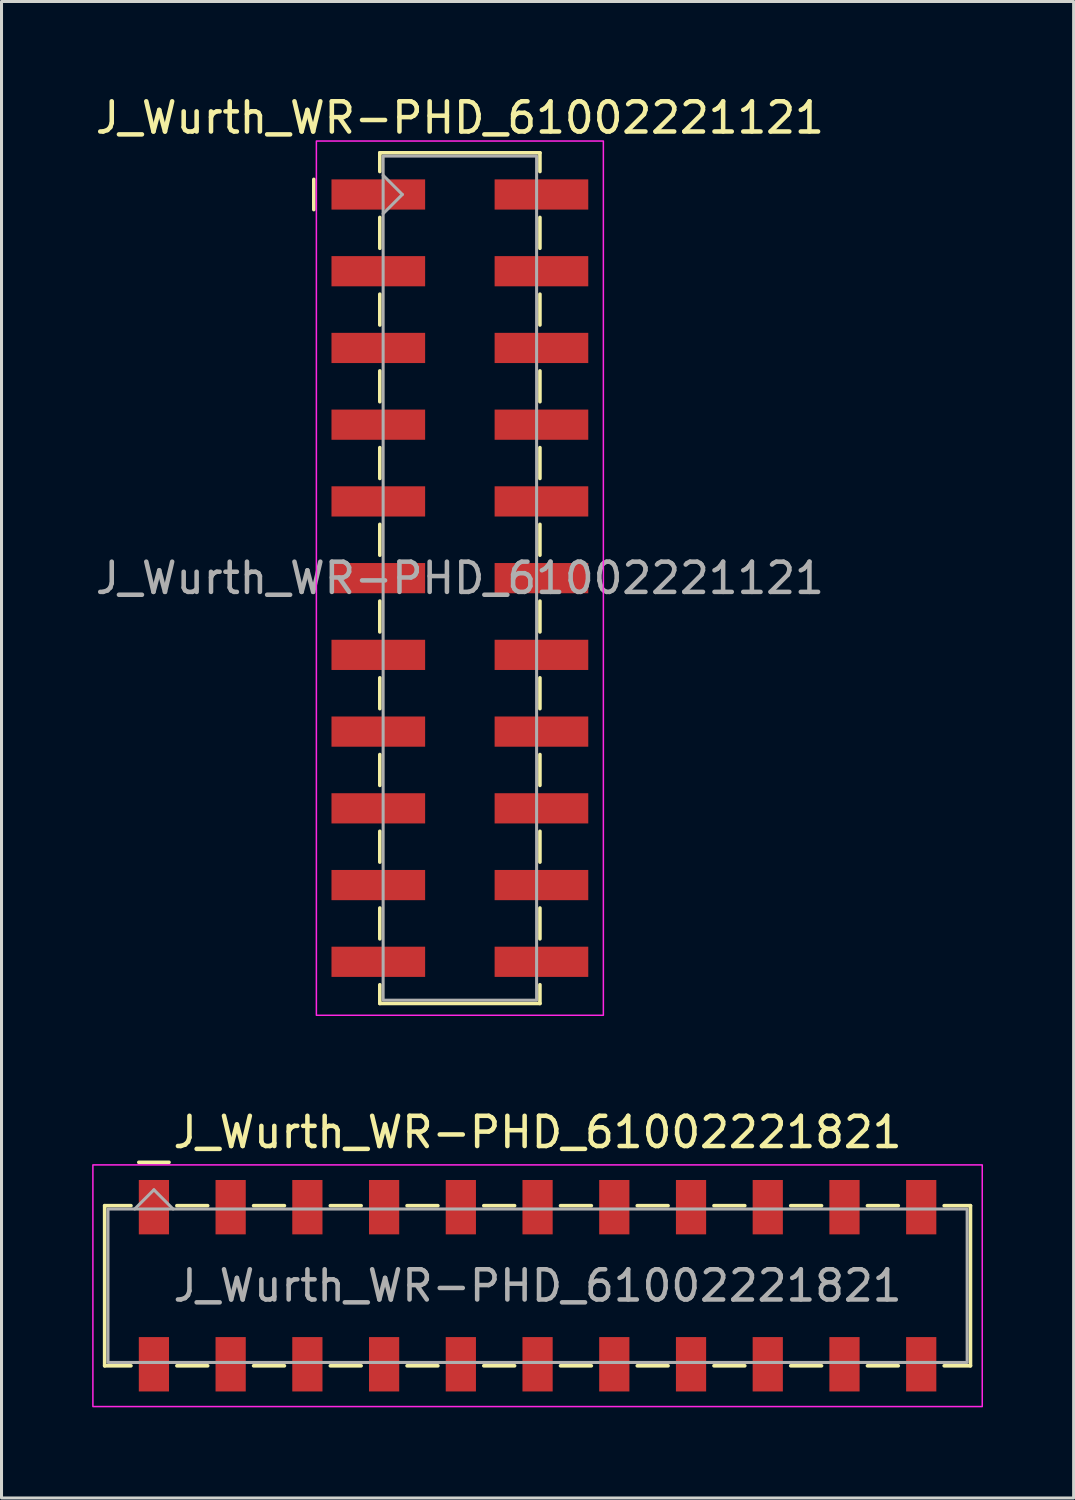
<source format=kicad_pcb>
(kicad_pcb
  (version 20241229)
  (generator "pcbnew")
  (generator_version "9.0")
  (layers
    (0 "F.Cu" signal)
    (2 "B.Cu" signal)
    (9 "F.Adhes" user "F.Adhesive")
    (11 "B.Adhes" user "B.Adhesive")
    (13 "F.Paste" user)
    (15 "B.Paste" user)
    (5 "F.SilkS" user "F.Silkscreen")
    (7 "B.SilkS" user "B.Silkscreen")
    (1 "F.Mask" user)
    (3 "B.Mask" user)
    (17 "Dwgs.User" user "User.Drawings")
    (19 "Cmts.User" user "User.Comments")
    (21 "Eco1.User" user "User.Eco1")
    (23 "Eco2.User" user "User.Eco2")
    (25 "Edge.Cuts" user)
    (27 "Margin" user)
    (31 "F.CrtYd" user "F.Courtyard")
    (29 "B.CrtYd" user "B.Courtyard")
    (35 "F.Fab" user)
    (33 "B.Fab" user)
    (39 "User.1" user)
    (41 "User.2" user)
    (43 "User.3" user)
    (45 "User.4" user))
  (footprint "J_Wurth_WR-PHD_61002221821"
    (layer "F.Cu")
    (at 14.745 39.511)
    (property "Reference" "J_Wurth_WR-PHD_61002221821" (at 0 -5.08 0) (unlocked yes) (layer "F.SilkS") (effects (font (size 1 1) (thickness 0.15))))
    (attr smd)
    (fp_line (start -14.33 -2.65) (end -14.33 2.65) (stroke (width 0.12) (type solid)) (layer "F.SilkS"))
    (fp_line (start -14.33 -2.65) (end -13.46 -2.65) (stroke (width 0.12) (type solid)) (layer "F.SilkS"))
    (fp_line (start -14.33 2.65) (end -13.46 2.65) (stroke (width 0.12) (type solid)) (layer "F.SilkS"))
    (fp_line (start -13.2 -4.085) (end -12.2 -4.085) (stroke (width 0.12) (type solid)) (layer "F.SilkS"))
    (fp_line (start -11.94 -2.65) (end -10.92 -2.65) (stroke (width 0.12) (type solid)) (layer "F.SilkS"))
    (fp_line (start -11.94 2.65) (end -10.92 2.65) (stroke (width 0.12) (type solid)) (layer "F.SilkS"))
    (fp_line (start -9.4 -2.65) (end -8.38 -2.65) (stroke (width 0.12) (type solid)) (layer "F.SilkS"))
    (fp_line (start -9.4 2.65) (end -8.38 2.65) (stroke (width 0.12) (type solid)) (layer "F.SilkS"))
    (fp_line (start -6.86 -2.65) (end -5.84 -2.65) (stroke (width 0.12) (type solid)) (layer "F.SilkS"))
    (fp_line (start -6.86 2.65) (end -5.84 2.65) (stroke (width 0.12) (type solid)) (layer "F.SilkS"))
    (fp_line (start -4.32 -2.65) (end -3.3 -2.65) (stroke (width 0.12) (type solid)) (layer "F.SilkS"))
    (fp_line (start -4.32 2.65) (end -3.3 2.65) (stroke (width 0.12) (type solid)) (layer "F.SilkS"))
    (fp_line (start -1.78 -2.65) (end -0.76 -2.65) (stroke (width 0.12) (type solid)) (layer "F.SilkS"))
    (fp_line (start -1.78 2.65) (end -0.76 2.65) (stroke (width 0.12) (type solid)) (layer "F.SilkS"))
    (fp_line (start 0.76 -2.65) (end 1.78 -2.65) (stroke (width 0.12) (type solid)) (layer "F.SilkS"))
    (fp_line (start 0.76 2.65) (end 1.78 2.65) (stroke (width 0.12) (type solid)) (layer "F.SilkS"))
    (fp_line (start 3.3 -2.65) (end 4.32 -2.65) (stroke (width 0.12) (type solid)) (layer "F.SilkS"))
    (fp_line (start 3.3 2.65) (end 4.32 2.65) (stroke (width 0.12) (type solid)) (layer "F.SilkS"))
    (fp_line (start 5.84 -2.65) (end 6.86 -2.65) (stroke (width 0.12) (type solid)) (layer "F.SilkS"))
    (fp_line (start 5.84 2.65) (end 6.86 2.65) (stroke (width 0.12) (type solid)) (layer "F.SilkS"))
    (fp_line (start 8.38 -2.65) (end 9.4 -2.65) (stroke (width 0.12) (type solid)) (layer "F.SilkS"))
    (fp_line (start 8.38 2.65) (end 9.4 2.65) (stroke (width 0.12) (type solid)) (layer "F.SilkS"))
    (fp_line (start 10.92 -2.65) (end 11.94 -2.65) (stroke (width 0.12) (type solid)) (layer "F.SilkS"))
    (fp_line (start 10.92 2.65) (end 11.94 2.65) (stroke (width 0.12) (type solid)) (layer "F.SilkS"))
    (fp_line (start 13.46 -2.65) (end 14.33 -2.65) (stroke (width 0.12) (type solid)) (layer "F.SilkS"))
    (fp_line (start 13.46 2.65) (end 14.33 2.65) (stroke (width 0.12) (type solid)) (layer "F.SilkS"))
    (fp_line (start 14.33 -2.65) (end 14.33 2.65) (stroke (width 0.12) (type solid)) (layer "F.SilkS"))
    (fp_rect (start -14.72 -4) (end 14.72 4) (stroke (width 0.05) (type solid)) (fill no) (layer "F.CrtYd"))
    (fp_line (start -13.335 -2.54) (end -12.7 -3.175) (stroke (width 0.1) (type default)) (layer "F.Fab"))
    (fp_line (start -12.7 -3.175) (end -12.065 -2.54) (stroke (width 0.1) (type default)) (layer "F.Fab"))
    (fp_rect (start -14.22 -2.54) (end 14.22 2.54) (stroke (width 0.1) (type solid)) (fill no) (layer "F.Fab"))
    (fp_text user "${REFERENCE}" (at 0 0 0) (unlocked yes) (layer "F.Fab") (effects (font (size 1 1) (thickness 0.15))))
    (pad "1" smd rect (at -12.7 -2.6) (size 1 1.8) (layers "F.Cu" "F.Mask" "F.Paste"))
    (pad "2" smd rect (at -12.7 2.6) (size 1 1.8) (layers "F.Cu" "F.Mask" "F.Paste"))
    (pad "3" smd rect (at -10.16 -2.6) (size 1 1.8) (layers "F.Cu" "F.Mask" "F.Paste"))
    (pad "4" smd rect (at -10.16 2.6) (size 1 1.8) (layers "F.Cu" "F.Mask" "F.Paste"))
    (pad "5" smd rect (at -7.62 -2.6) (size 1 1.8) (layers "F.Cu" "F.Mask" "F.Paste"))
    (pad "6" smd rect (at -7.62 2.6) (size 1 1.8) (layers "F.Cu" "F.Mask" "F.Paste"))
    (pad "7" smd rect (at -5.08 -2.6) (size 1 1.8) (layers "F.Cu" "F.Mask" "F.Paste"))
    (pad "8" smd rect (at -5.08 2.6) (size 1 1.8) (layers "F.Cu" "F.Mask" "F.Paste"))
    (pad "9" smd rect (at -2.54 -2.6) (size 1 1.8) (layers "F.Cu" "F.Mask" "F.Paste"))
    (pad "10" smd rect (at -2.54 2.6) (size 1 1.8) (layers "F.Cu" "F.Mask" "F.Paste"))
    (pad "11" smd rect (at 0 -2.6) (size 1 1.8) (layers "F.Cu" "F.Mask" "F.Paste"))
    (pad "12" smd rect (at 0 2.6) (size 1 1.8) (layers "F.Cu" "F.Mask" "F.Paste"))
    (pad "13" smd rect (at 2.54 -2.6) (size 1 1.8) (layers "F.Cu" "F.Mask" "F.Paste"))
    (pad "14" smd rect (at 2.54 2.6) (size 1 1.8) (layers "F.Cu" "F.Mask" "F.Paste"))
    (pad "15" smd rect (at 5.08 -2.6) (size 1 1.8) (layers "F.Cu" "F.Mask" "F.Paste"))
    (pad "16" smd rect (at 5.08 2.6) (size 1 1.8) (layers "F.Cu" "F.Mask" "F.Paste"))
    (pad "17" smd rect (at 7.62 -2.6) (size 1 1.8) (layers "F.Cu" "F.Mask" "F.Paste"))
    (pad "18" smd rect (at 7.62 2.6) (size 1 1.8) (layers "F.Cu" "F.Mask" "F.Paste"))
    (pad "19" smd rect (at 10.16 -2.6) (size 1 1.8) (layers "F.Cu" "F.Mask" "F.Paste"))
    (pad "20" smd rect (at 10.16 2.6) (size 1 1.8) (layers "F.Cu" "F.Mask" "F.Paste"))
    (pad "21" smd rect (at 12.7 -2.6) (size 1 1.8) (layers "F.Cu" "F.Mask" "F.Paste"))
    (pad "22" smd rect (at 12.7 2.6) (size 1 1.8) (layers "F.Cu" "F.Mask" "F.Paste")))
  (footprint "J_Wurth_WR-PHD_61002221121"
    (layer "F.Cu")
    (at 12.173 16.088)
    (property "Reference" "J_Wurth_WR-PHD_61002221121" (at 0 -15.24 0) (unlocked yes) (layer "F.SilkS") (effects (font (size 1 1) (thickness 0.15))))
    (attr smd)
    (fp_line (start -4.835 -13.2) (end -4.835 -12.2) (stroke (width 0.12) (type solid)) (layer "F.SilkS"))
    (fp_line (start -2.65 -13.46) (end -2.65 -14.08) (stroke (width 0.12) (type solid)) (layer "F.SilkS"))
    (fp_line (start -2.65 -11.94) (end -2.65 -10.92) (stroke (width 0.12) (type solid)) (layer "F.SilkS"))
    (fp_line (start -2.65 -9.4) (end -2.65 -8.38) (stroke (width 0.12) (type solid)) (layer "F.SilkS"))
    (fp_line (start -2.65 -6.86) (end -2.65 -5.84) (stroke (width 0.12) (type solid)) (layer "F.SilkS"))
    (fp_line (start -2.65 -4.32) (end -2.65 -3.3) (stroke (width 0.12) (type solid)) (layer "F.SilkS"))
    (fp_line (start -2.65 -1.78) (end -2.65 -0.76) (stroke (width 0.12) (type solid)) (layer "F.SilkS"))
    (fp_line (start -2.65 0.76) (end -2.65 1.78) (stroke (width 0.12) (type solid)) (layer "F.SilkS"))
    (fp_line (start -2.65 3.3) (end -2.65 4.32) (stroke (width 0.12) (type solid)) (layer "F.SilkS"))
    (fp_line (start -2.65 5.84) (end -2.65 6.86) (stroke (width 0.12) (type solid)) (layer "F.SilkS"))
    (fp_line (start -2.65 8.38) (end -2.65 9.4) (stroke (width 0.12) (type solid)) (layer "F.SilkS"))
    (fp_line (start -2.65 10.92) (end -2.65 11.94) (stroke (width 0.12) (type solid)) (layer "F.SilkS"))
    (fp_line (start -2.65 13.46) (end -2.65 14.08) (stroke (width 0.12) (type solid)) (layer "F.SilkS"))
    (fp_line (start 2.65 -14.08) (end -2.65 -14.08) (stroke (width 0.12) (type solid)) (layer "F.SilkS"))
    (fp_line (start 2.65 -14.08) (end 2.65 -13.46) (stroke (width 0.12) (type solid)) (layer "F.SilkS"))
    (fp_line (start 2.65 -11.94) (end 2.65 -10.92) (stroke (width 0.12) (type solid)) (layer "F.SilkS"))
    (fp_line (start 2.65 -9.4) (end 2.65 -8.38) (stroke (width 0.12) (type solid)) (layer "F.SilkS"))
    (fp_line (start 2.65 -6.86) (end 2.65 -5.84) (stroke (width 0.12) (type solid)) (layer "F.SilkS"))
    (fp_line (start 2.65 -4.32) (end 2.65 -3.3) (stroke (width 0.12) (type solid)) (layer "F.SilkS"))
    (fp_line (start 2.65 -1.78) (end 2.65 -0.76) (stroke (width 0.12) (type solid)) (layer "F.SilkS"))
    (fp_line (start 2.65 0.76) (end 2.65 1.78) (stroke (width 0.12) (type solid)) (layer "F.SilkS"))
    (fp_line (start 2.65 3.3) (end 2.65 4.32) (stroke (width 0.12) (type solid)) (layer "F.SilkS"))
    (fp_line (start 2.65 5.84) (end 2.65 6.86) (stroke (width 0.12) (type solid)) (layer "F.SilkS"))
    (fp_line (start 2.65 8.38) (end 2.65 9.4) (stroke (width 0.12) (type solid)) (layer "F.SilkS"))
    (fp_line (start 2.65 10.92) (end 2.65 11.94) (stroke (width 0.12) (type solid)) (layer "F.SilkS"))
    (fp_line (start 2.65 13.46) (end 2.65 14.08) (stroke (width 0.12) (type solid)) (layer "F.SilkS"))
    (fp_line (start 2.65 14.08) (end -2.65 14.08) (stroke (width 0.12) (type solid)) (layer "F.SilkS"))
    (fp_rect (start -4.75 -14.47) (end 4.75 14.47) (stroke (width 0.05) (type solid)) (fill no) (layer "F.CrtYd"))
    (fp_line (start -2.54 -13.335) (end -1.905 -12.7) (stroke (width 0.1) (type default)) (layer "F.Fab"))
    (fp_line (start -1.905 -12.7) (end -2.54 -12.065) (stroke (width 0.1) (type default)) (layer "F.Fab"))
    (fp_rect (start -2.54 -13.97) (end 2.54 13.97) (stroke (width 0.1) (type solid)) (fill no) (layer "F.Fab"))
    (fp_text user "${REFERENCE}" (at 0 0 0) (unlocked yes) (layer "F.Fab") (effects (font (size 1 1) (thickness 0.15))))
    (pad "1" smd rect (at -2.7 -12.7 270) (size 1 3.1) (layers "F.Cu" "F.Mask" "F.Paste"))
    (pad "2" smd rect (at 2.7 -12.7 270) (size 1 3.1) (layers "F.Cu" "F.Mask" "F.Paste"))
    (pad "3" smd rect (at -2.7 -10.16 270) (size 1 3.1) (layers "F.Cu" "F.Mask" "F.Paste"))
    (pad "4" smd rect (at 2.7 -10.16 270) (size 1 3.1) (layers "F.Cu" "F.Mask" "F.Paste"))
    (pad "5" smd rect (at -2.7 -7.62 270) (size 1 3.1) (layers "F.Cu" "F.Mask" "F.Paste"))
    (pad "6" smd rect (at 2.7 -7.62 270) (size 1 3.1) (layers "F.Cu" "F.Mask" "F.Paste"))
    (pad "7" smd rect (at -2.7 -5.08 270) (size 1 3.1) (layers "F.Cu" "F.Mask" "F.Paste"))
    (pad "8" smd rect (at 2.7 -5.08 270) (size 1 3.1) (layers "F.Cu" "F.Mask" "F.Paste"))
    (pad "9" smd rect (at -2.7 -2.54 270) (size 1 3.1) (layers "F.Cu" "F.Mask" "F.Paste"))
    (pad "10" smd rect (at 2.7 -2.54 270) (size 1 3.1) (layers "F.Cu" "F.Mask" "F.Paste"))
    (pad "11" smd rect (at -2.7 0 270) (size 1 3.1) (layers "F.Cu" "F.Mask" "F.Paste"))
    (pad "12" smd rect (at 2.7 0 270) (size 1 3.1) (layers "F.Cu" "F.Mask" "F.Paste"))
    (pad "13" smd rect (at -2.7 2.54 270) (size 1 3.1) (layers "F.Cu" "F.Mask" "F.Paste"))
    (pad "14" smd rect (at 2.7 2.54 270) (size 1 3.1) (layers "F.Cu" "F.Mask" "F.Paste"))
    (pad "15" smd rect (at -2.7 5.08 270) (size 1 3.1) (layers "F.Cu" "F.Mask" "F.Paste"))
    (pad "16" smd rect (at 2.7 5.08 270) (size 1 3.1) (layers "F.Cu" "F.Mask" "F.Paste"))
    (pad "17" smd rect (at -2.7 7.62 270) (size 1 3.1) (layers "F.Cu" "F.Mask" "F.Paste"))
    (pad "18" smd rect (at 2.7 7.62 270) (size 1 3.1) (layers "F.Cu" "F.Mask" "F.Paste"))
    (pad "19" smd rect (at -2.7 10.16 270) (size 1 3.1) (layers "F.Cu" "F.Mask" "F.Paste"))
    (pad "20" smd rect (at 2.7 10.16 270) (size 1 3.1) (layers "F.Cu" "F.Mask" "F.Paste"))
    (pad "21" smd rect (at -2.7 12.7 270) (size 1 3.1) (layers "F.Cu" "F.Mask" "F.Paste"))
    (pad "22" smd rect (at 2.7 12.7 270) (size 1 3.1) (layers "F.Cu" "F.Mask" "F.Paste")))
  (gr_rect
    (start -3 -3)
    (end 32.49 46.536)
    (stroke (width 0.1) (type default))
    (fill no)
    (layer "Edge.Cuts")))
</source>
